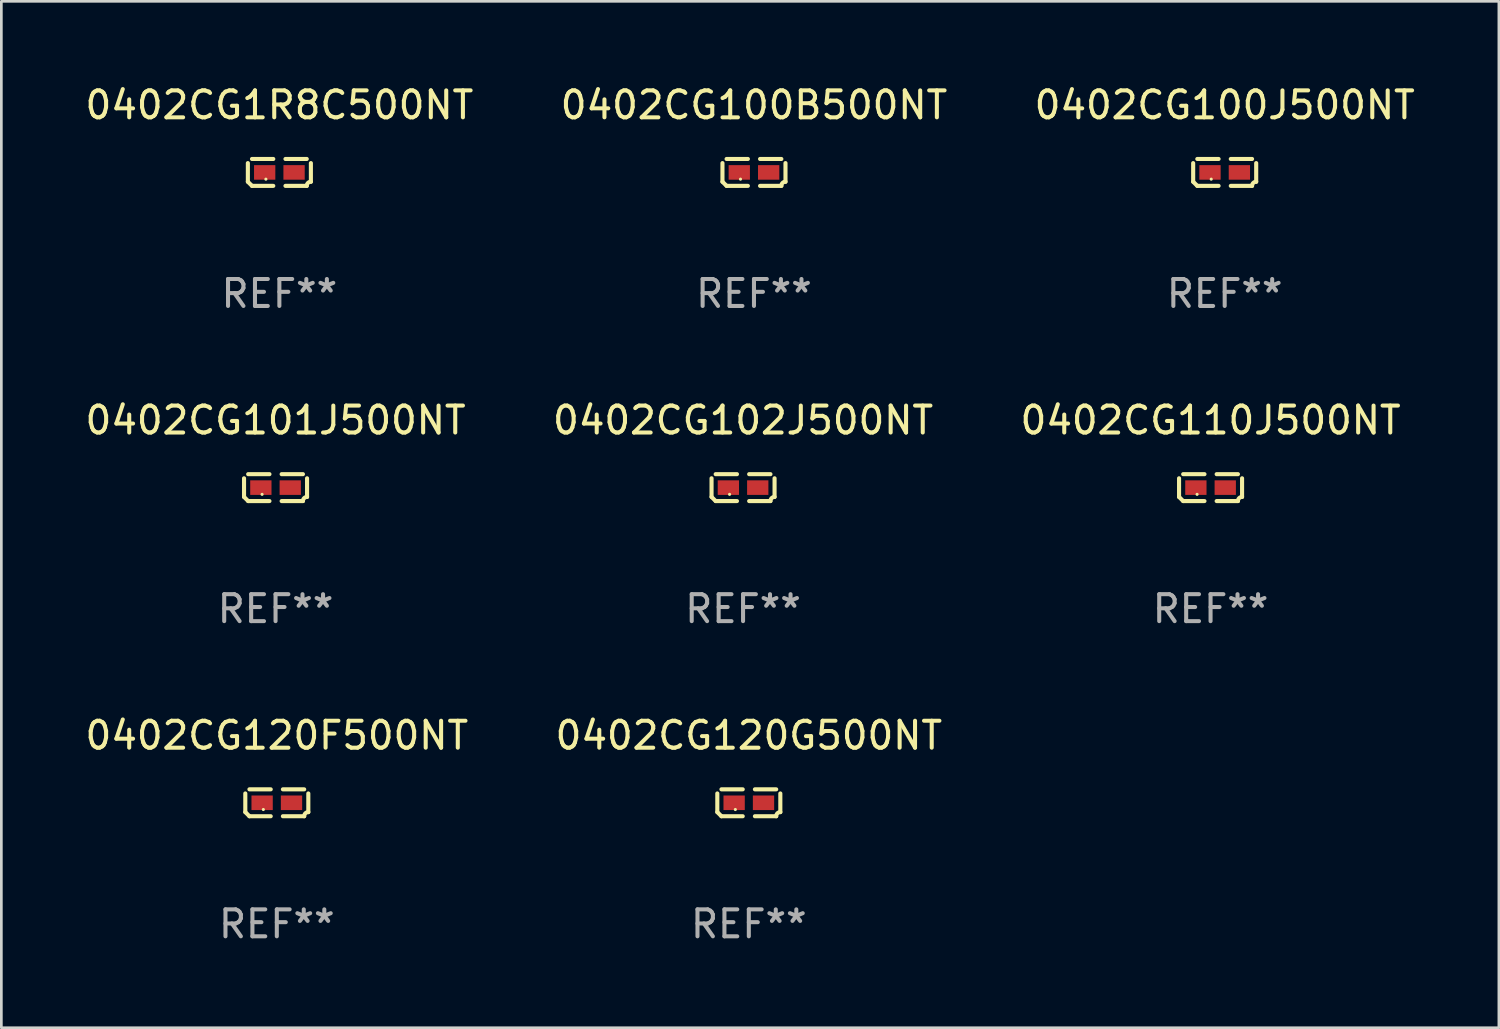
<source format=kicad_pcb>
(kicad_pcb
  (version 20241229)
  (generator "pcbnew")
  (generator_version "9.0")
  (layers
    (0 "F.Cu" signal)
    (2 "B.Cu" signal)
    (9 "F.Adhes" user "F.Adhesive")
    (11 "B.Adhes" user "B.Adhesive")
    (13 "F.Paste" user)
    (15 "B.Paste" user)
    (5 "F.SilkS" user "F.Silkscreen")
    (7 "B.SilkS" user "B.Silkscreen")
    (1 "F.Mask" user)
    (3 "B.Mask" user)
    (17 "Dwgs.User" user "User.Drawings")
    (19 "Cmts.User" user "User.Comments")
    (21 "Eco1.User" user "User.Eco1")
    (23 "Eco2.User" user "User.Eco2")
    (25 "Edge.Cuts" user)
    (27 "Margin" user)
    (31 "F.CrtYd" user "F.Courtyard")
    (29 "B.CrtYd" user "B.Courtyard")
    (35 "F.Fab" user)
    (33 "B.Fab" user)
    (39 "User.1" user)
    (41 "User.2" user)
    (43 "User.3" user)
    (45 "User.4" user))
  (footprint "0402CG120F500NT"
    (layer "F.Cu")
    (at 7.22 26.734)
    (property "Reference" "0402CG120F500NT" (at 0 -2.499 0) (layer "F.SilkS") (effects (font (size 1 1) (thickness 0.15))))
    (attr through_hole)
    (fp_line (start -1.169 0.346) (end -1.169 -0.346) (stroke (width 0.152) (type solid)) (layer "F.SilkS"))
    (fp_line (start -1.016 -0.499) (end -0.226 -0.499) (stroke (width 0.152) (type solid)) (layer "F.SilkS"))
    (fp_line (start -0.226 0.499) (end -1.016 0.499) (stroke (width 0.152) (type solid)) (layer "F.SilkS"))
    (fp_line (start 0.226 0.499) (end 1.016 0.499) (stroke (width 0.152) (type solid)) (layer "F.SilkS"))
    (fp_line (start 1.016 -0.499) (end 0.226 -0.499) (stroke (width 0.152) (type solid)) (layer "F.SilkS"))
    (fp_line (start 1.169 0.346) (end 1.169 -0.346) (stroke (width 0.152) (type solid)) (layer "F.SilkS"))
    (fp_arc (start -1.016307 0.498603) (mid -1.092512 0.422405) (end -1.16871 0.3462) (stroke (width 0.1524) (type solid)) (layer "F.SilkS"))
    (fp_arc (start 1.016307 0.498603) (mid 1.060899 0.390758) (end 1.168707 0.346076) (stroke (width 0.1524) (type solid)) (layer "F.SilkS"))
    (fp_circle (center -0.5 0.25) (end -0.47 0.25) (stroke (width 0.06) (type solid)) (fill no) (layer "F.SilkS"))
    (fp_text user "REF**" (at 0 4.499 0) (layer "F.Fab") (effects (font (size 1 1) (thickness 0.15))))
    (pad "1" smd rect (at -0.545 0) (size 0.79 0.54) (layers "F.Cu" "F.Mask" "F.Paste"))
    (pad "2" smd rect (at 0.545 0) (size 0.79 0.54) (layers "F.Cu" "F.Mask" "F.Paste")))
  (footprint "0402CG120G500NT"
    (layer "F.Cu")
    (at 24.732 26.734)
    (property "Reference" "0402CG120G500NT" (at 0 -2.499 0) (layer "F.SilkS") (effects (font (size 1 1) (thickness 0.15))))
    (attr through_hole)
    (fp_line (start -1.169 0.346) (end -1.169 -0.346) (stroke (width 0.152) (type solid)) (layer "F.SilkS"))
    (fp_line (start -1.016 -0.499) (end -0.226 -0.499) (stroke (width 0.152) (type solid)) (layer "F.SilkS"))
    (fp_line (start -0.226 0.499) (end -1.016 0.499) (stroke (width 0.152) (type solid)) (layer "F.SilkS"))
    (fp_line (start 0.226 0.499) (end 1.016 0.499) (stroke (width 0.152) (type solid)) (layer "F.SilkS"))
    (fp_line (start 1.016 -0.499) (end 0.226 -0.499) (stroke (width 0.152) (type solid)) (layer "F.SilkS"))
    (fp_line (start 1.169 0.346) (end 1.169 -0.346) (stroke (width 0.152) (type solid)) (layer "F.SilkS"))
    (fp_arc (start -1.016307 0.498603) (mid -1.092512 0.422405) (end -1.16871 0.3462) (stroke (width 0.1524) (type solid)) (layer "F.SilkS"))
    (fp_arc (start 1.016307 0.498603) (mid 1.060899 0.390758) (end 1.168707 0.346076) (stroke (width 0.1524) (type solid)) (layer "F.SilkS"))
    (fp_circle (center -0.5 0.25) (end -0.47 0.25) (stroke (width 0.06) (type solid)) (fill no) (layer "F.SilkS"))
    (fp_text user "REF**" (at 0 4.499 0) (layer "F.Fab") (effects (font (size 1 1) (thickness 0.15))))
    (pad "1" smd rect (at -0.545 0) (size 0.79 0.54) (layers "F.Cu" "F.Mask" "F.Paste"))
    (pad "2" smd rect (at 0.545 0) (size 0.79 0.54) (layers "F.Cu" "F.Mask" "F.Paste")))
  (footprint "0402CG100J500NT"
    (layer "F.Cu")
    (at 42.387 3.347)
    (property "Reference" "0402CG100J500NT" (at 0 -2.499 0) (layer "F.SilkS") (effects (font (size 1 1) (thickness 0.15))))
    (attr through_hole)
    (fp_line (start -1.169 0.346) (end -1.169 -0.346) (stroke (width 0.152) (type solid)) (layer "F.SilkS"))
    (fp_line (start -1.016 -0.499) (end -0.226 -0.499) (stroke (width 0.152) (type solid)) (layer "F.SilkS"))
    (fp_line (start -0.226 0.499) (end -1.016 0.499) (stroke (width 0.152) (type solid)) (layer "F.SilkS"))
    (fp_line (start 0.226 0.499) (end 1.016 0.499) (stroke (width 0.152) (type solid)) (layer "F.SilkS"))
    (fp_line (start 1.016 -0.499) (end 0.226 -0.499) (stroke (width 0.152) (type solid)) (layer "F.SilkS"))
    (fp_line (start 1.169 0.346) (end 1.169 -0.346) (stroke (width 0.152) (type solid)) (layer "F.SilkS"))
    (fp_arc (start -1.016307 0.498603) (mid -1.092512 0.422405) (end -1.16871 0.3462) (stroke (width 0.1524) (type solid)) (layer "F.SilkS"))
    (fp_arc (start 1.016307 0.498603) (mid 1.060899 0.390758) (end 1.168707 0.346076) (stroke (width 0.1524) (type solid)) (layer "F.SilkS"))
    (fp_circle (center -0.5 0.25) (end -0.47 0.25) (stroke (width 0.06) (type solid)) (fill no) (layer "F.SilkS"))
    (fp_text user "REF**" (at 0 4.499 0) (layer "F.Fab") (effects (font (size 1 1) (thickness 0.15))))
    (pad "1" smd rect (at -0.545 0) (size 0.79 0.54) (layers "F.Cu" "F.Mask" "F.Paste"))
    (pad "2" smd rect (at 0.545 0) (size 0.79 0.54) (layers "F.Cu" "F.Mask" "F.Paste")))
  (footprint "0402CG101J500NT"
    (layer "F.Cu")
    (at 7.173 15.041)
    (property "Reference" "0402CG101J500NT" (at 0 -2.499 0) (layer "F.SilkS") (effects (font (size 1 1) (thickness 0.15))))
    (attr through_hole)
    (fp_line (start -1.169 0.346) (end -1.169 -0.346) (stroke (width 0.152) (type solid)) (layer "F.SilkS"))
    (fp_line (start -1.016 -0.499) (end -0.226 -0.499) (stroke (width 0.152) (type solid)) (layer "F.SilkS"))
    (fp_line (start -0.226 0.499) (end -1.016 0.499) (stroke (width 0.152) (type solid)) (layer "F.SilkS"))
    (fp_line (start 0.226 0.499) (end 1.016 0.499) (stroke (width 0.152) (type solid)) (layer "F.SilkS"))
    (fp_line (start 1.016 -0.499) (end 0.226 -0.499) (stroke (width 0.152) (type solid)) (layer "F.SilkS"))
    (fp_line (start 1.169 0.346) (end 1.169 -0.346) (stroke (width 0.152) (type solid)) (layer "F.SilkS"))
    (fp_arc (start -1.016307 0.498603) (mid -1.092512 0.422405) (end -1.16871 0.3462) (stroke (width 0.1524) (type solid)) (layer "F.SilkS"))
    (fp_arc (start 1.016307 0.498603) (mid 1.060899 0.390758) (end 1.168707 0.346076) (stroke (width 0.1524) (type solid)) (layer "F.SilkS"))
    (fp_circle (center -0.5 0.25) (end -0.47 0.25) (stroke (width 0.06) (type solid)) (fill no) (layer "F.SilkS"))
    (fp_text user "REF**" (at 0 4.499 0) (layer "F.Fab") (effects (font (size 1 1) (thickness 0.15))))
    (pad "1" smd rect (at -0.545 0) (size 0.79 0.54) (layers "F.Cu" "F.Mask" "F.Paste"))
    (pad "2" smd rect (at 0.545 0) (size 0.79 0.54) (layers "F.Cu" "F.Mask" "F.Paste")))
  (footprint "0402CG100B500NT"
    (layer "F.Cu")
    (at 24.923 3.347)
    (property "Reference" "0402CG100B500NT" (at 0 -2.499 0) (layer "F.SilkS") (effects (font (size 1 1) (thickness 0.15))))
    (attr through_hole)
    (fp_line (start -1.169 0.346) (end -1.169 -0.346) (stroke (width 0.152) (type solid)) (layer "F.SilkS"))
    (fp_line (start -1.016 -0.499) (end -0.226 -0.499) (stroke (width 0.152) (type solid)) (layer "F.SilkS"))
    (fp_line (start -0.226 0.499) (end -1.016 0.499) (stroke (width 0.152) (type solid)) (layer "F.SilkS"))
    (fp_line (start 0.226 0.499) (end 1.016 0.499) (stroke (width 0.152) (type solid)) (layer "F.SilkS"))
    (fp_line (start 1.016 -0.499) (end 0.226 -0.499) (stroke (width 0.152) (type solid)) (layer "F.SilkS"))
    (fp_line (start 1.169 0.346) (end 1.169 -0.346) (stroke (width 0.152) (type solid)) (layer "F.SilkS"))
    (fp_arc (start -1.016307 0.498603) (mid -1.092512 0.422405) (end -1.16871 0.3462) (stroke (width 0.1524) (type solid)) (layer "F.SilkS"))
    (fp_arc (start 1.016307 0.498603) (mid 1.060899 0.390758) (end 1.168707 0.346076) (stroke (width 0.1524) (type solid)) (layer "F.SilkS"))
    (fp_circle (center -0.5 0.25) (end -0.47 0.25) (stroke (width 0.06) (type solid)) (fill no) (layer "F.SilkS"))
    (fp_text user "REF**" (at 0 4.499 0) (layer "F.Fab") (effects (font (size 1 1) (thickness 0.15))))
    (pad "1" smd rect (at -0.545 0) (size 0.79 0.54) (layers "F.Cu" "F.Mask" "F.Paste"))
    (pad "2" smd rect (at 0.545 0) (size 0.79 0.54) (layers "F.Cu" "F.Mask" "F.Paste")))
  (footprint "0402CG102J500NT"
    (layer "F.Cu")
    (at 24.518 15.041)
    (property "Reference" "0402CG102J500NT" (at 0 -2.499 0) (layer "F.SilkS") (effects (font (size 1 1) (thickness 0.15))))
    (attr through_hole)
    (fp_line (start -1.169 0.346) (end -1.169 -0.346) (stroke (width 0.152) (type solid)) (layer "F.SilkS"))
    (fp_line (start -1.016 -0.499) (end -0.226 -0.499) (stroke (width 0.152) (type solid)) (layer "F.SilkS"))
    (fp_line (start -0.226 0.499) (end -1.016 0.499) (stroke (width 0.152) (type solid)) (layer "F.SilkS"))
    (fp_line (start 0.226 0.499) (end 1.016 0.499) (stroke (width 0.152) (type solid)) (layer "F.SilkS"))
    (fp_line (start 1.016 -0.499) (end 0.226 -0.499) (stroke (width 0.152) (type solid)) (layer "F.SilkS"))
    (fp_line (start 1.169 0.346) (end 1.169 -0.346) (stroke (width 0.152) (type solid)) (layer "F.SilkS"))
    (fp_arc (start -1.016307 0.498603) (mid -1.092512 0.422405) (end -1.16871 0.3462) (stroke (width 0.1524) (type solid)) (layer "F.SilkS"))
    (fp_arc (start 1.016307 0.498603) (mid 1.060899 0.390758) (end 1.168707 0.346076) (stroke (width 0.1524) (type solid)) (layer "F.SilkS"))
    (fp_circle (center -0.5 0.25) (end -0.47 0.25) (stroke (width 0.06) (type solid)) (fill no) (layer "F.SilkS"))
    (fp_text user "REF**" (at 0 4.499 0) (layer "F.Fab") (effects (font (size 1 1) (thickness 0.15))))
    (pad "1" smd rect (at -0.545 0) (size 0.79 0.54) (layers "F.Cu" "F.Mask" "F.Paste"))
    (pad "2" smd rect (at 0.545 0) (size 0.79 0.54) (layers "F.Cu" "F.Mask" "F.Paste")))
  (footprint "0402CG110J500NT"
    (layer "F.Cu")
    (at 41.863 15.041)
    (property "Reference" "0402CG110J500NT" (at 0 -2.499 0) (layer "F.SilkS") (effects (font (size 1 1) (thickness 0.15))))
    (attr through_hole)
    (fp_line (start -1.169 0.346) (end -1.169 -0.346) (stroke (width 0.152) (type solid)) (layer "F.SilkS"))
    (fp_line (start -1.016 -0.499) (end -0.226 -0.499) (stroke (width 0.152) (type solid)) (layer "F.SilkS"))
    (fp_line (start -0.226 0.499) (end -1.016 0.499) (stroke (width 0.152) (type solid)) (layer "F.SilkS"))
    (fp_line (start 0.226 0.499) (end 1.016 0.499) (stroke (width 0.152) (type solid)) (layer "F.SilkS"))
    (fp_line (start 1.016 -0.499) (end 0.226 -0.499) (stroke (width 0.152) (type solid)) (layer "F.SilkS"))
    (fp_line (start 1.169 0.346) (end 1.169 -0.346) (stroke (width 0.152) (type solid)) (layer "F.SilkS"))
    (fp_arc (start -1.016307 0.498603) (mid -1.092512 0.422405) (end -1.16871 0.3462) (stroke (width 0.1524) (type solid)) (layer "F.SilkS"))
    (fp_arc (start 1.016307 0.498603) (mid 1.060899 0.390758) (end 1.168707 0.346076) (stroke (width 0.1524) (type solid)) (layer "F.SilkS"))
    (fp_circle (center -0.5 0.25) (end -0.47 0.25) (stroke (width 0.06) (type solid)) (fill no) (layer "F.SilkS"))
    (fp_text user "REF**" (at 0 4.499 0) (layer "F.Fab") (effects (font (size 1 1) (thickness 0.15))))
    (pad "1" smd rect (at -0.545 0) (size 0.79 0.54) (layers "F.Cu" "F.Mask" "F.Paste"))
    (pad "2" smd rect (at 0.545 0) (size 0.79 0.54) (layers "F.Cu" "F.Mask" "F.Paste")))
  (footprint "0402CG1R8C500NT"
    (layer "F.Cu")
    (at 7.315 3.347)
    (property "Reference" "0402CG1R8C500NT" (at 0 -2.499 0) (layer "F.SilkS") (effects (font (size 1 1) (thickness 0.15))))
    (attr through_hole)
    (fp_line (start -1.169 0.346) (end -1.169 -0.346) (stroke (width 0.152) (type solid)) (layer "F.SilkS"))
    (fp_line (start -1.016 -0.499) (end -0.226 -0.499) (stroke (width 0.152) (type solid)) (layer "F.SilkS"))
    (fp_line (start -0.226 0.499) (end -1.016 0.499) (stroke (width 0.152) (type solid)) (layer "F.SilkS"))
    (fp_line (start 0.226 0.499) (end 1.016 0.499) (stroke (width 0.152) (type solid)) (layer "F.SilkS"))
    (fp_line (start 1.016 -0.499) (end 0.226 -0.499) (stroke (width 0.152) (type solid)) (layer "F.SilkS"))
    (fp_line (start 1.169 0.346) (end 1.169 -0.346) (stroke (width 0.152) (type solid)) (layer "F.SilkS"))
    (fp_arc (start -1.016307 0.498603) (mid -1.092512 0.422405) (end -1.16871 0.3462) (stroke (width 0.1524) (type solid)) (layer "F.SilkS"))
    (fp_arc (start 1.016307 0.498603) (mid 1.060899 0.390758) (end 1.168707 0.346076) (stroke (width 0.1524) (type solid)) (layer "F.SilkS"))
    (fp_circle (center -0.5 0.25) (end -0.47 0.25) (stroke (width 0.06) (type solid)) (fill no) (layer "F.SilkS"))
    (fp_text user "REF**" (at 0 4.499 0) (layer "F.Fab") (effects (font (size 1 1) (thickness 0.15))))
    (pad "1" smd rect (at -0.545 0) (size 0.79 0.54) (layers "F.Cu" "F.Mask" "F.Paste"))
    (pad "2" smd rect (at 0.545 0) (size 0.79 0.54) (layers "F.Cu" "F.Mask" "F.Paste")))
  (gr_rect
    (start -3 -3)
    (end 52.56 35.081)
    (stroke (width 0.1) (type default))
    (fill no)
    (layer "Edge.Cuts")))
</source>
